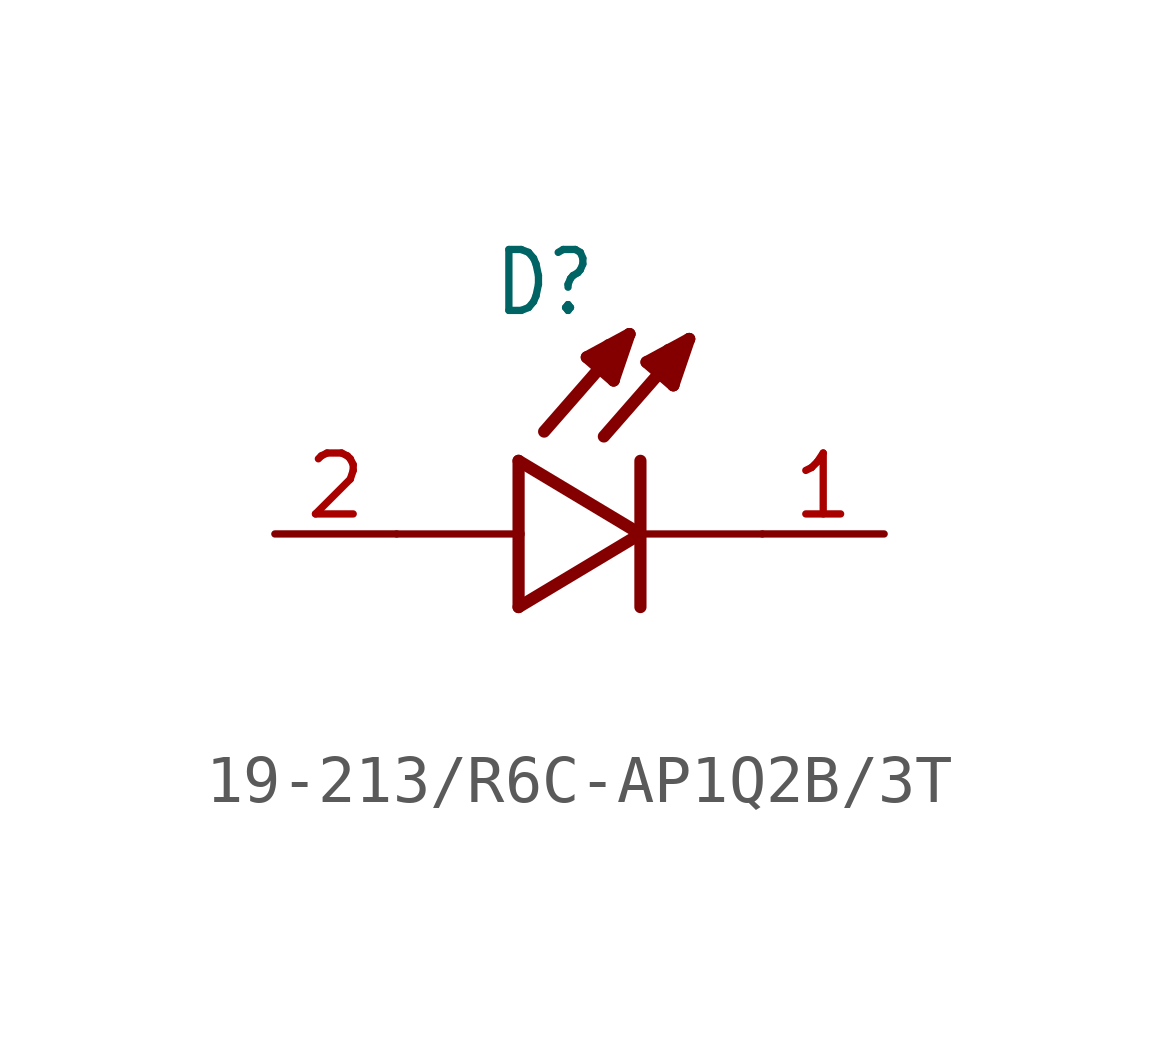
<source format=kicad_sym>
(kicad_symbol_lib
  (version 20220914)
  (generator kicad_symbol_editor)
  (symbol "19-213/R6C-AP1Q2B/3T"
    (property "Reference" "D"
      (at -3.099 4.496 0)
      (effects (font (size 1.27 1.079)) (justify left bottom)))
    (property "Value" ""
      (at -3.556 -3.302 0)
      (effects (font (size 1.27 1.079)) (justify left bottom)))
    (property "ki_locked" ""
      (at 0 0 0)
      (effects (font (size 1.27 1.27))))
    (symbol "19-213/R6C-AP1Q2B/3T_1_0"
      (polyline (pts (xy -2.54 -1.524) (xy 0 0)) (stroke (width 0.254) (type solid)) (fill (type none)))
      (polyline (pts (xy -2.54 0) (xy -5.08 0)) (stroke (width 0.152) (type solid)) (fill (type none)))
      (polyline (pts (xy -2.54 0) (xy -2.54 -1.524)) (stroke (width 0.254) (type solid)) (fill (type none)))
      (polyline (pts (xy -2.54 1.524) (xy -2.54 0)) (stroke (width 0.254) (type solid)) (fill (type none)))
      (polyline (pts (xy -1.118 3.683) (xy -0.229 4.166)) (stroke (width 0.254) (type solid)) (fill (type none)))
      (polyline (pts (xy -0.94 3.607) (xy -0.711 3.759)) (stroke (width 0.254) (type solid)) (fill (type none)))
      (polyline (pts (xy -0.559 3.2) (xy -1.118 3.683)) (stroke (width 0.254) (type solid)) (fill (type none)))
      (polyline (pts (xy -0.559 3.2) (xy -0.533 3.937)) (stroke (width 0.254) (type solid)) (fill (type none)))
      (polyline (pts (xy -0.533 3.937) (xy -0.66 3.937)) (stroke (width 0.254) (type solid)) (fill (type none)))
      (polyline (pts (xy -0.229 4.166) (xy -2.007 2.134)) (stroke (width 0.254) (type solid)) (fill (type none)))
      (polyline (pts (xy -0.229 4.166) (xy -0.559 3.2)) (stroke (width 0.254) (type solid)) (fill (type none)))
      (polyline (pts (xy 0 0) (xy -2.54 1.524)) (stroke (width 0.254) (type solid)) (fill (type none)))
      (polyline (pts (xy 0 0) (xy 0 -1.524)) (stroke (width 0.254) (type solid)) (fill (type none)))
      (polyline (pts (xy 0 1.524) (xy 0 0)) (stroke (width 0.254) (type solid)) (fill (type none)))
      (polyline (pts (xy 0.127 3.581) (xy 1.016 4.064)) (stroke (width 0.254) (type solid)) (fill (type none)))
      (polyline (pts (xy 0.305 3.505) (xy 0.533 3.658)) (stroke (width 0.254) (type solid)) (fill (type none)))
      (polyline (pts (xy 0.686 3.099) (xy 0.127 3.581)) (stroke (width 0.254) (type solid)) (fill (type none)))
      (polyline (pts (xy 0.686 3.099) (xy 0.711 3.835)) (stroke (width 0.254) (type solid)) (fill (type none)))
      (polyline (pts (xy 0.711 3.835) (xy 0.584 3.835)) (stroke (width 0.254) (type solid)) (fill (type none)))
      (polyline (pts (xy 1.016 4.064) (xy -0.762 2.032)) (stroke (width 0.254) (type solid)) (fill (type none)))
      (polyline (pts (xy 1.016 4.064) (xy 0.686 3.099)) (stroke (width 0.254) (type solid)) (fill (type none)))
      (polyline (pts (xy 2.54 0) (xy 0 0)) (stroke (width 0.152) (type solid)) (fill (type none)))
      (pin passive line (at 5.08 0 180) (length 2.54) (name "C" (effects (font (size 0 0)))) (number "1" (effects (font (size 1.27 1.27)))))
      (pin passive line (at -7.62 0 0) (length 2.54) (name "A" (effects (font (size 0 0)))) (number "2" (effects (font (size 1.27 1.27))))))))
</source>
